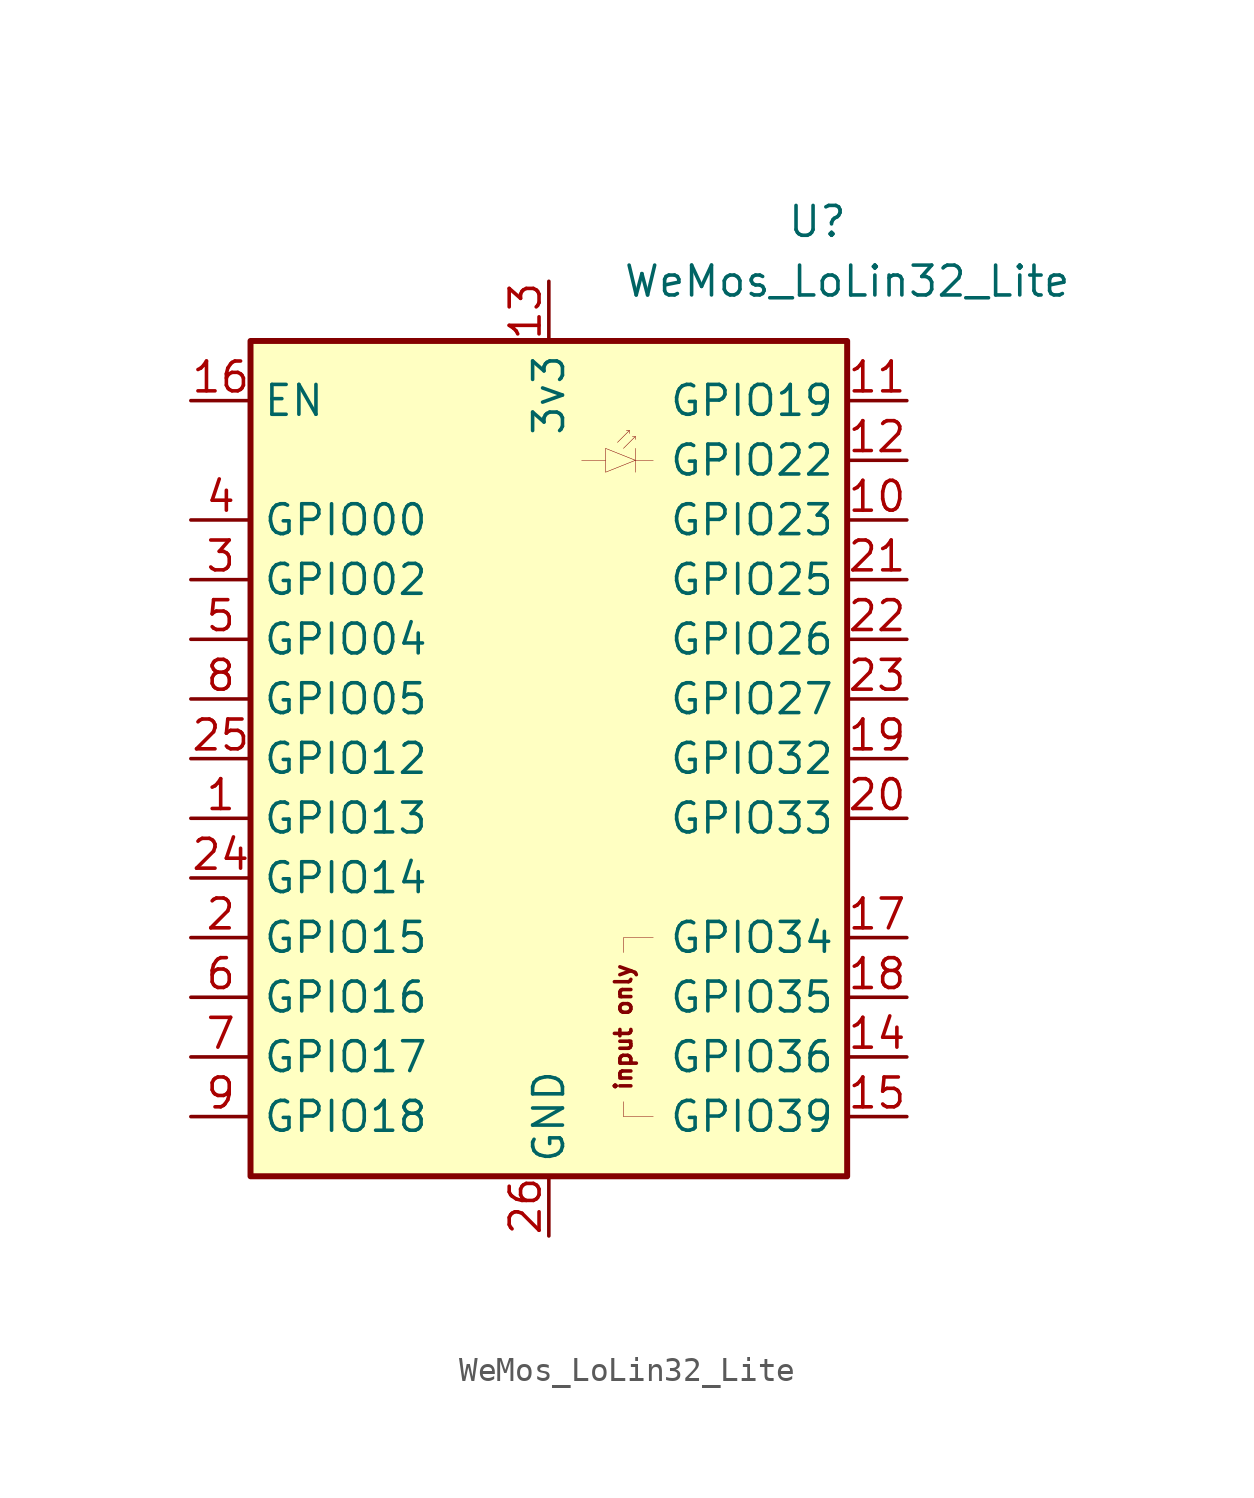
<source format=kicad_sym>
(kicad_symbol_lib
  (version 20231120)
  (generator "kicad_symbol_editor")
  (generator_version "8.0")
  (symbol "WeMos_LoLin32_Lite"
    (property "Reference" "U"
      (at 11.43 22.86 0)
      (effects (font (size 1.27 1.27))))
    (property "Value" "WeMos_LoLin32_Lite"
      (at 12.7 20.32 0)
      (effects (font (size 1.27 1.27))))
    (symbol "WeMos_LoLin32_Lite_0_0"
      (polyline (pts (xy 4.445 -15.24) (xy 3.175 -15.24) (xy 3.175 -14.605)) (stroke (width 0.001) (type default)) (fill (type none)))
      (polyline (pts (xy 4.445 -7.62) (xy 3.175 -7.62) (xy 3.175 -8.255)) (stroke (width 0.001) (type default)) (fill (type none)))
      (text "input only" (at 3.175 -11.43 900) (effects (font (size 0.7 0.7)))))
    (symbol "WeMos_LoLin32_Lite_0_1"
      (rectangle (start -12.7 17.78) (end 12.7 -17.78) (stroke (width 0.254) (type default)) (fill (type background)))
      (polyline (pts (xy 2.413 12.7) (xy 1.397 12.7)) (stroke (width 0.001) (type default)) (fill (type none)))
      (polyline (pts (xy 2.921 13.462) (xy 3.429 13.97)) (stroke (width 0.001) (type default)) (fill (type none)))
      (polyline (pts (xy 3.175 13.208) (xy 3.683 13.716)) (stroke (width 0.001) (type default)) (fill (type none)))
      (polyline (pts (xy 3.683 12.7) (xy 4.445 12.7)) (stroke (width 0.001) (type default)) (fill (type none)))
      (polyline (pts (xy 3.683 13.208) (xy 3.683 12.192)) (stroke (width 0.001) (type default)) (fill (type none)))
      (polyline (pts (xy 3.302 13.97) (xy 3.429 13.97) (xy 3.429 13.843)) (stroke (width 0.001) (type default)) (fill (type none)))
      (polyline (pts (xy 3.556 13.716) (xy 3.683 13.716) (xy 3.683 13.589)) (stroke (width 0.001) (type default)) (fill (type none)))
      (polyline (pts (xy 2.413 13.208) (xy 2.413 12.192) (xy 3.683 12.7) (xy 2.413 13.208)) (stroke (width 0.001) (type default)) (fill (type none))))
    (symbol "WeMos_LoLin32_Lite_1_1"
      (pin bidirectional line (at -15.24 -2.54 0) (length 2.54) (name "GPIO13" (effects (font (size 1.27 1.27)))) (number "1" (effects (font (size 1.27 1.27)))))
      (pin bidirectional line (at 15.24 10.16 180) (length 2.54) (name "GPIO23" (effects (font (size 1.27 1.27)))) (number "10" (effects (font (size 1.27 1.27)))))
      (pin bidirectional line (at 15.24 15.24 180) (length 2.54) (name "GPIO19" (effects (font (size 1.27 1.27)))) (number "11" (effects (font (size 1.27 1.27)))))
      (pin bidirectional line (at 15.24 12.7 180) (length 2.54) (name "GPIO22" (effects (font (size 1.27 1.27)))) (number "12" (effects (font (size 1.27 1.27)))))
      (pin power_in line (at 0 20.32 270) (length 2.54) (name "3v3" (effects (font (size 1.27 1.27)))) (number "13" (effects (font (size 1.27 1.27)))))
      (pin bidirectional line (at 15.24 -12.7 180) (length 2.54) (name "GPIO36" (effects (font (size 1.27 1.27)))) (number "14" (effects (font (size 1.27 1.27)))))
      (pin bidirectional line (at 15.24 -15.24 180) (length 2.54) (name "GPIO39" (effects (font (size 1.27 1.27)))) (number "15" (effects (font (size 1.27 1.27)))))
      (pin input line (at -15.24 15.24 0) (length 2.54) (name "EN" (effects (font (size 1.27 1.27)))) (number "16" (effects (font (size 1.27 1.27)))))
      (pin bidirectional line (at 15.24 -7.62 180) (length 2.54) (name "GPIO34" (effects (font (size 1.27 1.27)))) (number "17" (effects (font (size 1.27 1.27)))))
      (pin bidirectional line (at 15.24 -10.16 180) (length 2.54) (name "GPIO35" (effects (font (size 1.27 1.27)))) (number "18" (effects (font (size 1.27 1.27)))))
      (pin bidirectional line (at 15.24 0 180) (length 2.54) (name "GPIO32" (effects (font (size 1.27 1.27)))) (number "19" (effects (font (size 1.27 1.27)))))
      (pin bidirectional line (at -15.24 -7.62 0) (length 2.54) (name "GPIO15" (effects (font (size 1.27 1.27)))) (number "2" (effects (font (size 1.27 1.27)))))
      (pin bidirectional line (at 15.24 -2.54 180) (length 2.54) (name "GPIO33" (effects (font (size 1.27 1.27)))) (number "20" (effects (font (size 1.27 1.27)))))
      (pin bidirectional line (at 15.24 7.62 180) (length 2.54) (name "GPIO25" (effects (font (size 1.27 1.27)))) (number "21" (effects (font (size 1.27 1.27)))))
      (pin bidirectional line (at 15.24 5.08 180) (length 2.54) (name "GPIO26" (effects (font (size 1.27 1.27)))) (number "22" (effects (font (size 1.27 1.27)))))
      (pin bidirectional line (at 15.24 2.54 180) (length 2.54) (name "GPIO27" (effects (font (size 1.27 1.27)))) (number "23" (effects (font (size 1.27 1.27)))))
      (pin bidirectional line (at -15.24 -5.08 0) (length 2.54) (name "GPIO14" (effects (font (size 1.27 1.27)))) (number "24" (effects (font (size 1.27 1.27)))))
      (pin bidirectional line (at -15.24 0 0) (length 2.54) (name "GPIO12" (effects (font (size 1.27 1.27)))) (number "25" (effects (font (size 1.27 1.27)))))
      (pin power_in line (at 0 -20.32 90) (length 2.54) (name "GND" (effects (font (size 1.27 1.27)))) (number "26" (effects (font (size 1.27 1.27)))))
      (pin bidirectional line (at -15.24 7.62 0) (length 2.54) (name "GPIO02" (effects (font (size 1.27 1.27)))) (number "3" (effects (font (size 1.27 1.27)))))
      (pin bidirectional line (at -15.24 10.16 0) (length 2.54) (name "GPIO00" (effects (font (size 1.27 1.27)))) (number "4" (effects (font (size 1.27 1.27)))))
      (pin bidirectional line (at -15.24 5.08 0) (length 2.54) (name "GPIO04" (effects (font (size 1.27 1.27)))) (number "5" (effects (font (size 1.27 1.27)))))
      (pin bidirectional line (at -15.24 -10.16 0) (length 2.54) (name "GPIO16" (effects (font (size 1.27 1.27)))) (number "6" (effects (font (size 1.27 1.27)))))
      (pin bidirectional line (at -15.24 -12.7 0) (length 2.54) (name "GPIO17" (effects (font (size 1.27 1.27)))) (number "7" (effects (font (size 1.27 1.27)))))
      (pin bidirectional line (at -15.24 2.54 0) (length 2.54) (name "GPIO05" (effects (font (size 1.27 1.27)))) (number "8" (effects (font (size 1.27 1.27)))))
      (pin bidirectional line (at -15.24 -15.24 0) (length 2.54) (name "GPIO18" (effects (font (size 1.27 1.27)))) (number "9" (effects (font (size 1.27 1.27))))))))
</source>
